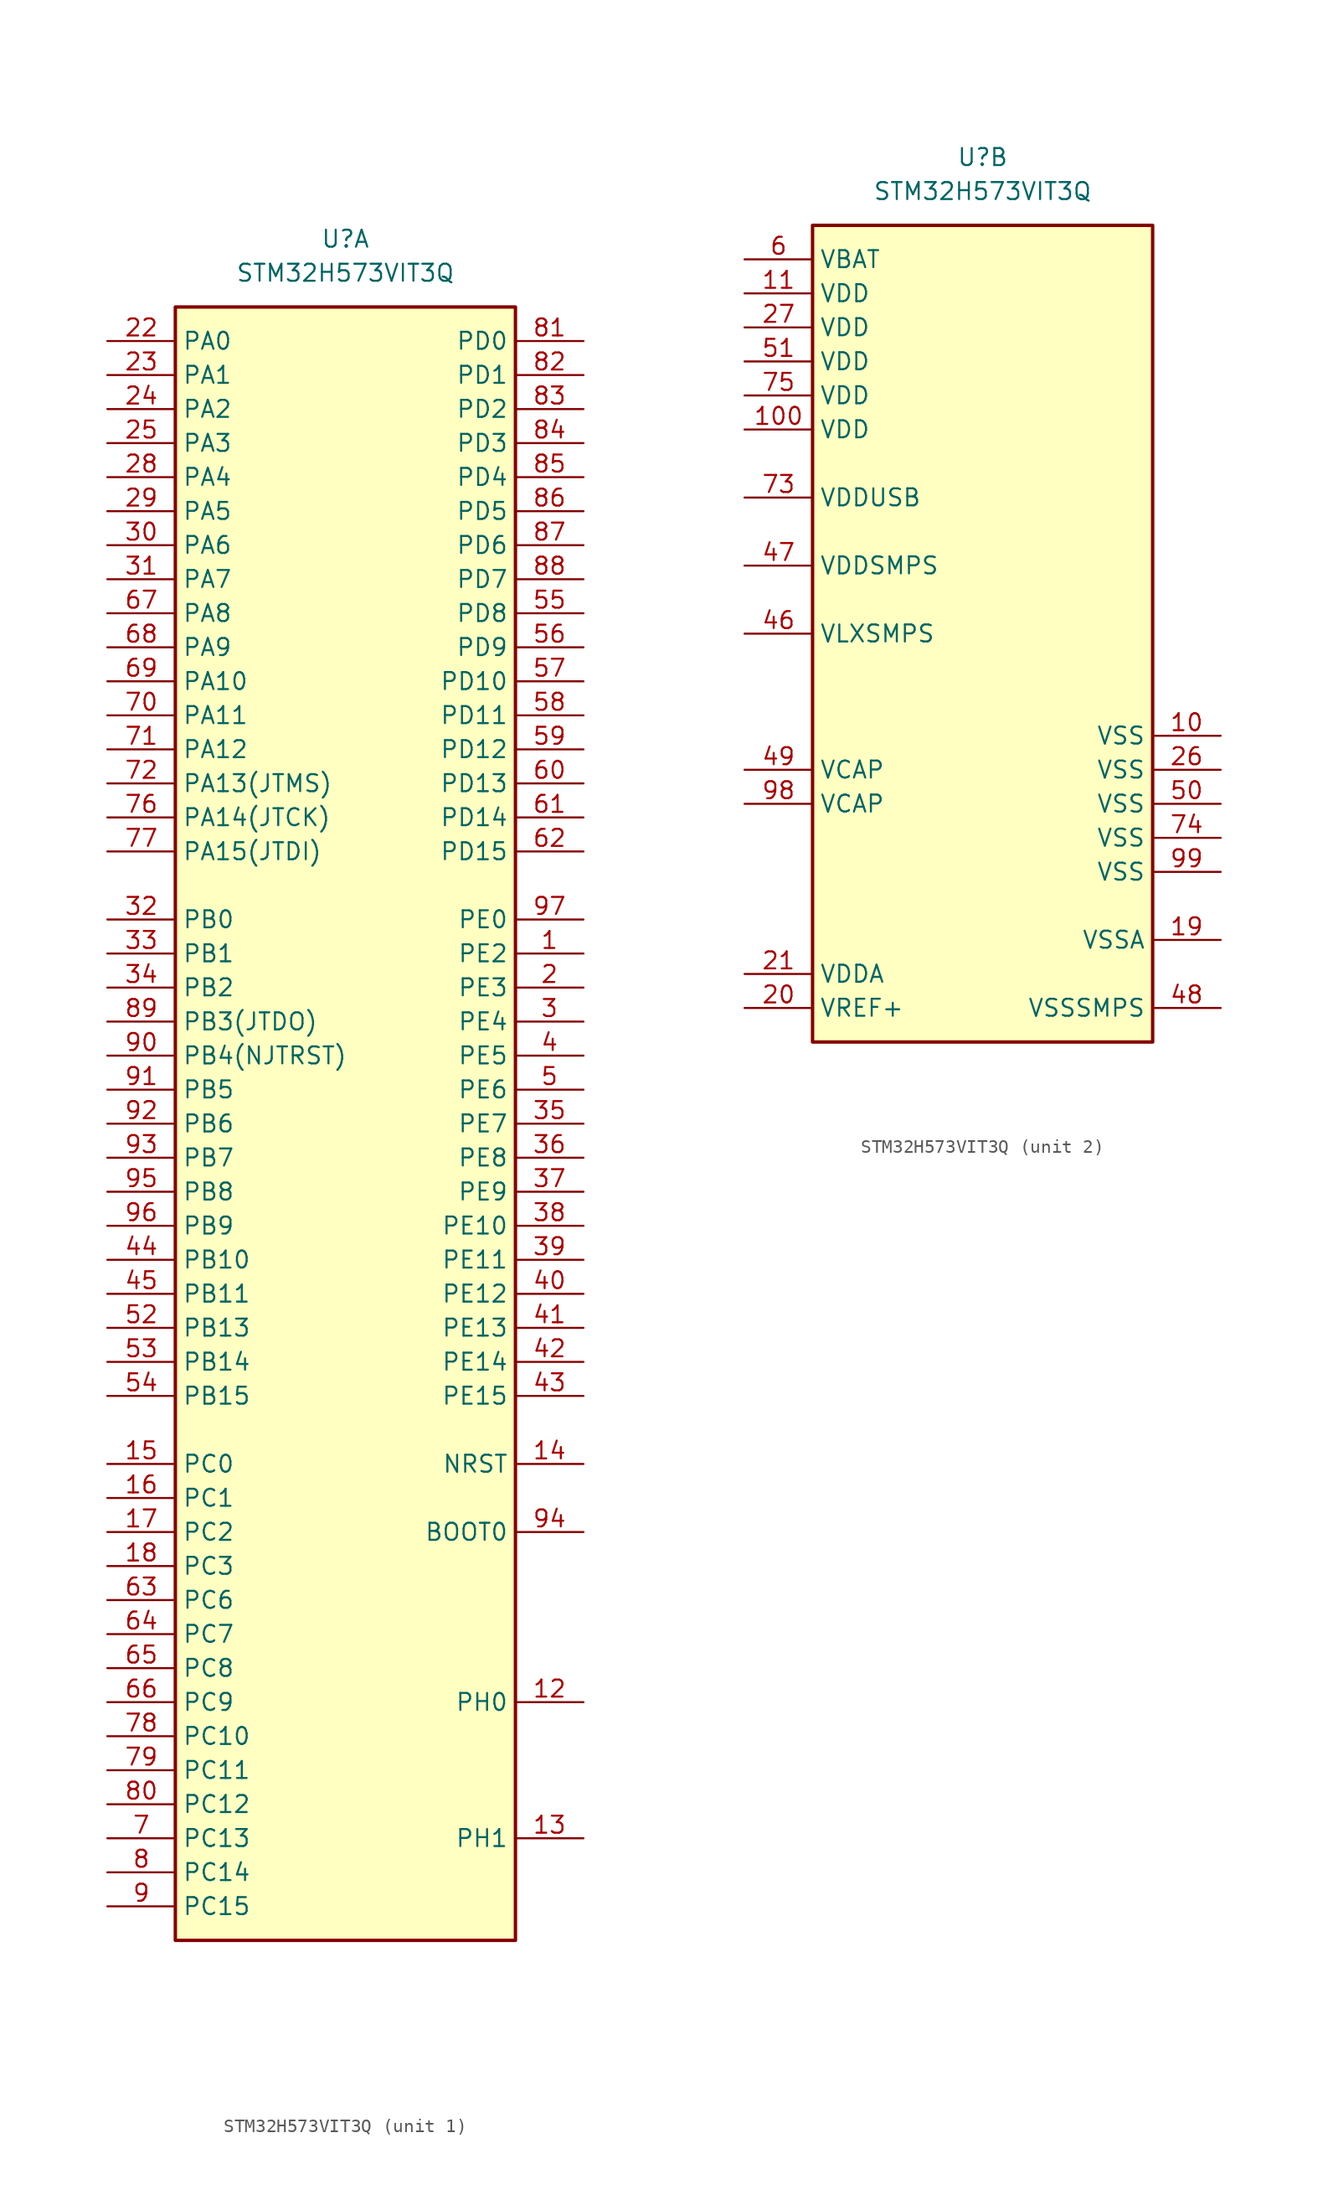
<source format=kicad_sym>
(kicad_symbol_lib
  (version 20231120)
  (generator "kicad_symbol_editor")
  (generator_version "8.0")
  (symbol "STM32H573VIT3Q"
    (property "Reference" "U"
      (at 0 5.08 0)
      (effects (font (size 1.27 1.27))))
    (property "Value" "STM32H573VIT3Q"
      (at 0 2.54 0)
      (effects (font (size 1.27 1.27))))
    (property "ki_locked" ""
      (at 0 0 0)
      (effects (font (size 1.27 1.27))))
    (symbol "STM32H573VIT3Q_1_1"
      (rectangle (start -12.7 0) (end 12.7 -121.92) (stroke (width 0.254) (type default)) (fill (type background)))
      (pin bidirectional line (at 17.78 -48.26 180) (length 5.08) (name "PE2" (effects (font (size 1.27 1.27)))) (number "1" (effects (font (size 1.27 1.27)))) (alternate "DCMI_D3" bidirectional line) (alternate "DEBUG_TRACECLK" bidirectional line) (alternate "FMC_A23" bidirectional line) (alternate "LPTIM1_IN2" bidirectional line) (alternate "OCTOSPI1_IO2" bidirectional line) (alternate "PSSI_D3" bidirectional line) (alternate "SAI1_CK1" bidirectional line) (alternate "SAI1_MCLK_A" bidirectional line) (alternate "SPI4_SCK" bidirectional line) (alternate "UART8_TX" bidirectional line) (alternate "USART10_RX" bidirectional line))
      (pin bidirectional line (at 17.78 -104.14 180) (length 5.08) (name "PH0" (effects (font (size 1.27 1.27)))) (number "12" (effects (font (size 1.27 1.27)))) (alternate "RCC_OSC_IN" bidirectional line))
      (pin bidirectional line (at 17.78 -114.3 180) (length 5.08) (name "PH1" (effects (font (size 1.27 1.27)))) (number "13" (effects (font (size 1.27 1.27)))) (alternate "RCC_OSC_OUT" bidirectional line))
      (pin input line (at 17.78 -86.36 180) (length 5.08) (name "NRST" (effects (font (size 1.27 1.27)))) (number "14" (effects (font (size 1.27 1.27)))))
      (pin bidirectional line (at -17.78 -86.36 0) (length 5.08) (name "PC0" (effects (font (size 1.27 1.27)))) (number "15" (effects (font (size 1.27 1.27)))) (alternate "ADC1_INP10" bidirectional line) (alternate "ADC2_INP10" bidirectional line) (alternate "FMC_A25" bidirectional line) (alternate "FMC_SDNWE" bidirectional line) (alternate "OCTOSPI1_IO7" bidirectional line) (alternate "SAI1_MCLK_A" bidirectional line) (alternate "SAI2_FS_B" bidirectional line) (alternate "SPI2_RDY" bidirectional line) (alternate "TIM16_BKIN" bidirectional line))
      (pin bidirectional line (at -17.78 -88.9 0) (length 5.08) (name "PC1" (effects (font (size 1.27 1.27)))) (number "16" (effects (font (size 1.27 1.27)))) (alternate "ADC1_INN10" bidirectional line) (alternate "ADC1_INP11" bidirectional line) (alternate "ADC2_INN10" bidirectional line) (alternate "ADC2_INP11" bidirectional line) (alternate "DEBUG_TRACED0" bidirectional line) (alternate "I2S2_SDO" bidirectional line) (alternate "OCTOSPI1_IO4" bidirectional line) (alternate "PWR_WKUP6" bidirectional line) (alternate "SAI1_D1" bidirectional line) (alternate "SAI1_SD_A" bidirectional line) (alternate "SAI2_SD_A" bidirectional line) (alternate "SPI2_MOSI" bidirectional line) (alternate "TAMP_IN3" bidirectional line) (alternate "TAMP_OUT5" bidirectional line) (alternate "USART11_RTS" bidirectional line))
      (pin bidirectional line (at -17.78 -91.44 0) (length 5.08) (name "PC2" (effects (font (size 1.27 1.27)))) (number "17" (effects (font (size 1.27 1.27)))) (alternate "ADC1_INN11" bidirectional line) (alternate "ADC1_INP12" bidirectional line) (alternate "ADC2_INN11" bidirectional line) (alternate "ADC2_INP12" bidirectional line) (alternate "FMC_SDNE0" bidirectional line) (alternate "I2S2_SDI" bidirectional line) (alternate "OCTOSPI1_IO2" bidirectional line) (alternate "OCTOSPI1_IO5" bidirectional line) (alternate "PWR_CSLEEP" bidirectional line) (alternate "SPI2_MISO" bidirectional line) (alternate "TIM17_CH1" bidirectional line) (alternate "TIM4_CH4" bidirectional line))
      (pin bidirectional line (at -17.78 -93.98 0) (length 5.08) (name "PC3" (effects (font (size 1.27 1.27)))) (number "18" (effects (font (size 1.27 1.27)))) (alternate "ADC1_INN12" bidirectional line) (alternate "ADC1_INP13" bidirectional line) (alternate "ADC2_INN12" bidirectional line) (alternate "ADC2_INP13" bidirectional line) (alternate "FMC_SDCKE0" bidirectional line) (alternate "I2S2_SDO" bidirectional line) (alternate "LPTIM3_CH1" bidirectional line) (alternate "OCTOSPI1_IO0" bidirectional line) (alternate "OCTOSPI1_IO6" bidirectional line) (alternate "PWR_CSTOP" bidirectional line) (alternate "SAI1_D3" bidirectional line) (alternate "SPI2_MOSI" bidirectional line))
      (pin bidirectional line (at 17.78 -50.8 180) (length 5.08) (name "PE3" (effects (font (size 1.27 1.27)))) (number "2" (effects (font (size 1.27 1.27)))) (alternate "DEBUG_TRACED0" bidirectional line) (alternate "FMC_A19" bidirectional line) (alternate "SAI1_SD_B" bidirectional line) (alternate "TAMP_IN6" bidirectional line) (alternate "TAMP_OUT3" bidirectional line) (alternate "TIM15_BKIN" bidirectional line) (alternate "USART10_TX" bidirectional line))
      (pin bidirectional line (at -17.78 -2.54 0) (length 5.08) (name "PA0" (effects (font (size 1.27 1.27)))) (number "22" (effects (font (size 1.27 1.27)))) (alternate "ADC1_INN1" bidirectional line) (alternate "ADC1_INP0" bidirectional line) (alternate "ADC2_INN1" bidirectional line) (alternate "ADC2_INP0" bidirectional line) (alternate "PWR_WKUP1" bidirectional line) (alternate "SAI2_SD_B" bidirectional line) (alternate "SPI3_RDY" bidirectional line) (alternate "SPI6_NSS" bidirectional line) (alternate "TAMP_IN2" bidirectional line) (alternate "TAMP_OUT1" bidirectional line) (alternate "TIM15_BKIN" bidirectional line) (alternate "TIM2_CH1" bidirectional line) (alternate "TIM2_ETR" bidirectional line) (alternate "TIM5_CH1" bidirectional line) (alternate "TIM8_ETR" bidirectional line) (alternate "UART4_TX" bidirectional line) (alternate "USART2_CTS" bidirectional line) (alternate "USART2_NSS" bidirectional line))
      (pin bidirectional line (at -17.78 -5.08 0) (length 5.08) (name "PA1" (effects (font (size 1.27 1.27)))) (number "23" (effects (font (size 1.27 1.27)))) (alternate "ADC1_INP1" bidirectional line) (alternate "ADC2_INP1" bidirectional line) (alternate "LPTIM1_IN1" bidirectional line) (alternate "OCTOSPI1_DQS" bidirectional line) (alternate "OCTOSPI1_IO3" bidirectional line) (alternate "SAI2_MCLK_B" bidirectional line) (alternate "TAMP_IN5" bidirectional line) (alternate "TAMP_OUT4" bidirectional line) (alternate "TIM15_CH1N" bidirectional line) (alternate "TIM2_CH2" bidirectional line) (alternate "TIM5_CH2" bidirectional line) (alternate "UART4_RX" bidirectional line) (alternate "USART2_RTS" bidirectional line))
      (pin bidirectional line (at -17.78 -7.62 0) (length 5.08) (name "PA2" (effects (font (size 1.27 1.27)))) (number "24" (effects (font (size 1.27 1.27)))) (alternate "ADC1_INP14" bidirectional line) (alternate "ADC2_INP14" bidirectional line) (alternate "LPTIM1_IN2" bidirectional line) (alternate "PWR_WKUP2" bidirectional line) (alternate "SAI2_SCK_B" bidirectional line) (alternate "TAMP_IN4" bidirectional line) (alternate "TAMP_OUT3" bidirectional line) (alternate "TIM15_CH1" bidirectional line) (alternate "TIM2_CH3" bidirectional line) (alternate "TIM5_CH3" bidirectional line) (alternate "USART2_TX" bidirectional line))
      (pin bidirectional line (at -17.78 -10.16 0) (length 5.08) (name "PA3" (effects (font (size 1.27 1.27)))) (number "25" (effects (font (size 1.27 1.27)))) (alternate "ADC1_INP15" bidirectional line) (alternate "ADC2_INP15" bidirectional line) (alternate "I2S2_WS" bidirectional line) (alternate "OCTOSPI1_CLK" bidirectional line) (alternate "SAI1_SD_B" bidirectional line) (alternate "SPI2_NSS" bidirectional line) (alternate "TIM15_CH2" bidirectional line) (alternate "TIM2_CH4" bidirectional line) (alternate "TIM5_CH4" bidirectional line) (alternate "USART2_RX" bidirectional line))
      (pin bidirectional line (at -17.78 -12.7 0) (length 5.08) (name "PA4" (effects (font (size 1.27 1.27)))) (number "28" (effects (font (size 1.27 1.27)))) (alternate "ADC1_INP18" bidirectional line) (alternate "ADC2_INP18" bidirectional line) (alternate "DAC1_OUT1" bidirectional line) (alternate "DCMI_HSYNC" bidirectional line) (alternate "I2S1_WS" bidirectional line) (alternate "I2S3_WS" bidirectional line) (alternate "LPTIM2_CH1" bidirectional line) (alternate "PSSI_DE" bidirectional line) (alternate "SPI1_NSS" bidirectional line) (alternate "SPI3_NSS" bidirectional line) (alternate "SPI6_NSS" bidirectional line) (alternate "TIM5_ETR" bidirectional line) (alternate "USART2_CK" bidirectional line))
      (pin bidirectional line (at -17.78 -15.24 0) (length 5.08) (name "PA5" (effects (font (size 1.27 1.27)))) (number "29" (effects (font (size 1.27 1.27)))) (alternate "ADC1_INN18" bidirectional line) (alternate "ADC1_INP19" bidirectional line) (alternate "ADC2_INN18" bidirectional line) (alternate "ADC2_INP19" bidirectional line) (alternate "DAC1_OUT2" bidirectional line) (alternate "I2S1_CK" bidirectional line) (alternate "PSSI_D14" bidirectional line) (alternate "SPI1_SCK" bidirectional line) (alternate "SPI6_SCK" bidirectional line) (alternate "TIM2_CH1" bidirectional line) (alternate "TIM2_ETR" bidirectional line) (alternate "TIM8_CH1N" bidirectional line))
      (pin bidirectional line (at 17.78 -53.34 180) (length 5.08) (name "PE4" (effects (font (size 1.27 1.27)))) (number "3" (effects (font (size 1.27 1.27)))) (alternate "DCMI_D4" bidirectional line) (alternate "DEBUG_TRACED1" bidirectional line) (alternate "FMC_A20" bidirectional line) (alternate "PSSI_D4" bidirectional line) (alternate "SAI1_D2" bidirectional line) (alternate "SAI1_FS_A" bidirectional line) (alternate "SPI4_NSS" bidirectional line) (alternate "TAMP_IN7" bidirectional line) (alternate "TAMP_OUT8" bidirectional line) (alternate "TIM15_CH1N" bidirectional line))
      (pin bidirectional line (at -17.78 -17.78 0) (length 5.08) (name "PA6" (effects (font (size 1.27 1.27)))) (number "30" (effects (font (size 1.27 1.27)))) (alternate "ADC1_INP3" bidirectional line) (alternate "ADC2_INP3" bidirectional line) (alternate "DCMI_PIXCLK" bidirectional line) (alternate "I2S1_SDI" bidirectional line) (alternate "OCTOSPI1_IO3" bidirectional line) (alternate "PSSI_PDCK" bidirectional line) (alternate "SPI1_MISO" bidirectional line) (alternate "SPI6_MISO" bidirectional line) (alternate "TIM13_CH1" bidirectional line) (alternate "TIM1_BKIN" bidirectional line) (alternate "TIM3_CH1" bidirectional line) (alternate "TIM8_BKIN" bidirectional line) (alternate "USART11_TX" bidirectional line))
      (pin bidirectional line (at -17.78 -20.32 0) (length 5.08) (name "PA7" (effects (font (size 1.27 1.27)))) (number "31" (effects (font (size 1.27 1.27)))) (alternate "ADC1_INN3" bidirectional line) (alternate "ADC1_INP7" bidirectional line) (alternate "ADC2_INN3" bidirectional line) (alternate "ADC2_INP7" bidirectional line) (alternate "FMC_NWE" bidirectional line) (alternate "FMC_SDNWE" bidirectional line) (alternate "I2S1_SDO" bidirectional line) (alternate "OCTOSPI1_IO2" bidirectional line) (alternate "SPI1_MOSI" bidirectional line) (alternate "SPI6_MOSI" bidirectional line) (alternate "TIM14_CH1" bidirectional line) (alternate "TIM1_CH1N" bidirectional line) (alternate "TIM3_CH2" bidirectional line) (alternate "TIM8_CH1N" bidirectional line) (alternate "USART11_RX" bidirectional line))
      (pin bidirectional line (at -17.78 -45.72 0) (length 5.08) (name "PB0" (effects (font (size 1.27 1.27)))) (number "32" (effects (font (size 1.27 1.27)))) (alternate "ADC1_INN5" bidirectional line) (alternate "ADC1_INP9" bidirectional line) (alternate "ADC2_INN5" bidirectional line) (alternate "ADC2_INP9" bidirectional line) (alternate "LPTIM3_CH1" bidirectional line) (alternate "OCTOSPI1_IO1" bidirectional line) (alternate "TIM1_CH2N" bidirectional line) (alternate "TIM3_CH3" bidirectional line) (alternate "TIM8_CH2N" bidirectional line) (alternate "UART4_CTS" bidirectional line) (alternate "USART11_CK" bidirectional line))
      (pin bidirectional line (at -17.78 -48.26 0) (length 5.08) (name "PB1" (effects (font (size 1.27 1.27)))) (number "33" (effects (font (size 1.27 1.27)))) (alternate "ADC1_INP5" bidirectional line) (alternate "ADC2_INP5" bidirectional line) (alternate "LPTIM3_CH2" bidirectional line) (alternate "OCTOSPI1_IO0" bidirectional line) (alternate "TIM1_CH3N" bidirectional line) (alternate "TIM3_CH4" bidirectional line) (alternate "TIM8_CH3N" bidirectional line))
      (pin bidirectional line (at -17.78 -50.8 0) (length 5.08) (name "PB2" (effects (font (size 1.27 1.27)))) (number "34" (effects (font (size 1.27 1.27)))) (alternate "I2S3_SDO" bidirectional line) (alternate "LPTIM1_CH1" bidirectional line) (alternate "LPTIM5_ETR" bidirectional line) (alternate "OCTOSPI1_CLK" bidirectional line) (alternate "OCTOSPI1_DQS" bidirectional line) (alternate "RCC_LSCO" bidirectional line) (alternate "RTC_OUT2" bidirectional line) (alternate "SAI1_D1" bidirectional line) (alternate "SAI1_SD_A" bidirectional line) (alternate "SDMMC1_CMD" bidirectional line) (alternate "SPI1_RDY" bidirectional line) (alternate "SPI3_MOSI" bidirectional line) (alternate "TIM8_CH4N" bidirectional line))
      (pin bidirectional line (at 17.78 -60.96 180) (length 5.08) (name "PE7" (effects (font (size 1.27 1.27)))) (number "35" (effects (font (size 1.27 1.27)))) (alternate "FMC_D4" bidirectional line) (alternate "FMC_DA4" bidirectional line) (alternate "OCTOSPI1_IO4" bidirectional line) (alternate "TIM1_ETR" bidirectional line) (alternate "UART12_RTS" bidirectional line) (alternate "UART7_RX" bidirectional line))
      (pin bidirectional line (at 17.78 -63.5 180) (length 5.08) (name "PE8" (effects (font (size 1.27 1.27)))) (number "36" (effects (font (size 1.27 1.27)))) (alternate "FMC_D5" bidirectional line) (alternate "FMC_DA5" bidirectional line) (alternate "OCTOSPI1_IO5" bidirectional line) (alternate "TIM1_CH1N" bidirectional line) (alternate "UART12_CTS" bidirectional line) (alternate "UART7_TX" bidirectional line))
      (pin bidirectional line (at 17.78 -66.04 180) (length 5.08) (name "PE9" (effects (font (size 1.27 1.27)))) (number "37" (effects (font (size 1.27 1.27)))) (alternate "DAC1_EXTI9" bidirectional line) (alternate "FMC_D6" bidirectional line) (alternate "FMC_DA6" bidirectional line) (alternate "OCTOSPI1_IO6" bidirectional line) (alternate "TIM1_CH1" bidirectional line) (alternate "UART12_RX" bidirectional line) (alternate "UART7_RTS" bidirectional line))
      (pin bidirectional line (at 17.78 -68.58 180) (length 5.08) (name "PE10" (effects (font (size 1.27 1.27)))) (number "38" (effects (font (size 1.27 1.27)))) (alternate "FMC_D7" bidirectional line) (alternate "FMC_DA7" bidirectional line) (alternate "OCTOSPI1_IO7" bidirectional line) (alternate "TIM1_CH2N" bidirectional line) (alternate "UART12_TX" bidirectional line) (alternate "UART7_CTS" bidirectional line))
      (pin bidirectional line (at 17.78 -71.12 180) (length 5.08) (name "PE11" (effects (font (size 1.27 1.27)))) (number "39" (effects (font (size 1.27 1.27)))) (alternate "ADC1_EXTI11" bidirectional line) (alternate "ADC2_EXTI11" bidirectional line) (alternate "FMC_D8" bidirectional line) (alternate "FMC_DA8" bidirectional line) (alternate "OCTOSPI1_NCS" bidirectional line) (alternate "SAI2_SD_B" bidirectional line) (alternate "SPI1_RDY" bidirectional line) (alternate "SPI4_NSS" bidirectional line) (alternate "TIM1_CH2" bidirectional line))
      (pin bidirectional line (at 17.78 -55.88 180) (length 5.08) (name "PE5" (effects (font (size 1.27 1.27)))) (number "4" (effects (font (size 1.27 1.27)))) (alternate "DCMI_D6" bidirectional line) (alternate "DEBUG_TRACED2" bidirectional line) (alternate "FMC_A21" bidirectional line) (alternate "PSSI_D6" bidirectional line) (alternate "SAI1_CK2" bidirectional line) (alternate "SAI1_SCK_A" bidirectional line) (alternate "SPI4_MISO" bidirectional line) (alternate "TAMP_IN8" bidirectional line) (alternate "TAMP_OUT7" bidirectional line) (alternate "TIM15_CH1" bidirectional line))
      (pin bidirectional line (at 17.78 -73.66 180) (length 5.08) (name "PE12" (effects (font (size 1.27 1.27)))) (number "40" (effects (font (size 1.27 1.27)))) (alternate "FMC_D9" bidirectional line) (alternate "FMC_DA9" bidirectional line) (alternate "SAI2_SCK_B" bidirectional line) (alternate "SPI4_SCK" bidirectional line) (alternate "TIM1_CH3N" bidirectional line))
      (pin bidirectional line (at 17.78 -76.2 180) (length 5.08) (name "PE13" (effects (font (size 1.27 1.27)))) (number "41" (effects (font (size 1.27 1.27)))) (alternate "FMC_D10" bidirectional line) (alternate "FMC_DA10" bidirectional line) (alternate "SAI2_FS_B" bidirectional line) (alternate "SPI4_MISO" bidirectional line) (alternate "TIM1_CH3" bidirectional line))
      (pin bidirectional line (at 17.78 -78.74 180) (length 5.08) (name "PE14" (effects (font (size 1.27 1.27)))) (number "42" (effects (font (size 1.27 1.27)))) (alternate "FMC_D11" bidirectional line) (alternate "FMC_DA11" bidirectional line) (alternate "SAI2_MCLK_B" bidirectional line) (alternate "SPI4_MOSI" bidirectional line) (alternate "TIM1_CH4" bidirectional line))
      (pin bidirectional line (at 17.78 -81.28 180) (length 5.08) (name "PE15" (effects (font (size 1.27 1.27)))) (number "43" (effects (font (size 1.27 1.27)))) (alternate "ADC1_EXTI15" bidirectional line) (alternate "ADC2_EXTI15" bidirectional line) (alternate "FMC_D12" bidirectional line) (alternate "FMC_DA12" bidirectional line) (alternate "TIM1_BKIN" bidirectional line) (alternate "TIM1_CH4N" bidirectional line) (alternate "USART10_CK" bidirectional line))
      (pin bidirectional line (at -17.78 -71.12 0) (length 5.08) (name "PB10" (effects (font (size 1.27 1.27)))) (number "44" (effects (font (size 1.27 1.27)))) (alternate "I2C2_SCL" bidirectional line) (alternate "I2S2_CK" bidirectional line) (alternate "LPTIM2_IN1" bidirectional line) (alternate "LPTIM3_CH1" bidirectional line) (alternate "OCTOSPI1_NCS" bidirectional line) (alternate "SPI2_SCK" bidirectional line) (alternate "TIM2_CH3" bidirectional line) (alternate "USART3_TX" bidirectional line))
      (pin bidirectional line (at -17.78 -73.66 0) (length 5.08) (name "PB11" (effects (font (size 1.27 1.27)))) (number "45" (effects (font (size 1.27 1.27)))) (alternate "ADC1_EXTI11" bidirectional line) (alternate "ADC2_EXTI11" bidirectional line) (alternate "FMC_NBL1" bidirectional line) (alternate "I2C2_SDA" bidirectional line) (alternate "LPTIM2_ETR" bidirectional line) (alternate "SPI2_RDY" bidirectional line) (alternate "SPI4_RDY" bidirectional line) (alternate "TIM2_CH4" bidirectional line) (alternate "USART3_RX" bidirectional line))
      (pin bidirectional line (at 17.78 -58.42 180) (length 5.08) (name "PE6" (effects (font (size 1.27 1.27)))) (number "5" (effects (font (size 1.27 1.27)))) (alternate "DCMI_D7" bidirectional line) (alternate "DEBUG_TRACED3" bidirectional line) (alternate "FMC_A22" bidirectional line) (alternate "PSSI_D7" bidirectional line) (alternate "SAI1_D1" bidirectional line) (alternate "SAI1_SD_A" bidirectional line) (alternate "SAI2_MCLK_B" bidirectional line) (alternate "SPI4_MOSI" bidirectional line) (alternate "TAMP_IN3" bidirectional line) (alternate "TAMP_OUT6" bidirectional line) (alternate "TIM15_CH2" bidirectional line) (alternate "TIM1_BKIN2" bidirectional line))
      (pin bidirectional line (at -17.78 -76.2 0) (length 5.08) (name "PB13" (effects (font (size 1.27 1.27)))) (number "52" (effects (font (size 1.27 1.27)))) (alternate "FDCAN2_TX" bidirectional line) (alternate "I2C2_SMBA" bidirectional line) (alternate "I2S2_CK" bidirectional line) (alternate "LPTIM2_CH1" bidirectional line) (alternate "LPTIM3_IN1" bidirectional line) (alternate "SDMMC1_D0" bidirectional line) (alternate "SPI2_SCK" bidirectional line) (alternate "TIM1_CH1N" bidirectional line) (alternate "UART5_TX" bidirectional line) (alternate "UCPD1_CC1" bidirectional line) (alternate "USART3_CTS" bidirectional line) (alternate "USART3_NSS" bidirectional line))
      (pin bidirectional line (at -17.78 -78.74 0) (length 5.08) (name "PB14" (effects (font (size 1.27 1.27)))) (number "53" (effects (font (size 1.27 1.27)))) (alternate "I2S2_SDI" bidirectional line) (alternate "LPTIM3_ETR" bidirectional line) (alternate "SPI2_MISO" bidirectional line) (alternate "TIM12_CH1" bidirectional line) (alternate "TIM1_CH2N" bidirectional line) (alternate "TIM8_CH2N" bidirectional line) (alternate "UART4_DE" bidirectional line) (alternate "UART4_RTS" bidirectional line) (alternate "UCPD1_CC2" bidirectional line) (alternate "USART1_TX" bidirectional line) (alternate "USART3_RTS" bidirectional line))
      (pin bidirectional line (at -17.78 -81.28 0) (length 5.08) (name "PB15" (effects (font (size 1.27 1.27)))) (number "54" (effects (font (size 1.27 1.27)))) (alternate "ADC1_EXTI15" bidirectional line) (alternate "ADC2_EXTI15" bidirectional line) (alternate "DCMI_D2" bidirectional line) (alternate "I2S2_SDO" bidirectional line) (alternate "OCTOSPI1_CLK" bidirectional line) (alternate "PSSI_D2" bidirectional line) (alternate "PWR_PVD_IN" bidirectional line) (alternate "RTC_REFIN" bidirectional line) (alternate "SPI2_MOSI" bidirectional line) (alternate "TIM12_CH2" bidirectional line) (alternate "TIM1_CH3N" bidirectional line) (alternate "TIM8_CH3N" bidirectional line) (alternate "UART4_CTS" bidirectional line) (alternate "UART5_RX" bidirectional line) (alternate "USART11_CTS" bidirectional line) (alternate "USART11_NSS" bidirectional line) (alternate "USART1_RX" bidirectional line))
      (pin bidirectional line (at 17.78 -22.86 180) (length 5.08) (name "PD8" (effects (font (size 1.27 1.27)))) (number "55" (effects (font (size 1.27 1.27)))) (alternate "FMC_D13" bidirectional line) (alternate "FMC_DA13" bidirectional line) (alternate "USART3_TX" bidirectional line))
      (pin bidirectional line (at 17.78 -25.4 180) (length 5.08) (name "PD9" (effects (font (size 1.27 1.27)))) (number "56" (effects (font (size 1.27 1.27)))) (alternate "DAC1_EXTI9" bidirectional line) (alternate "FDCAN2_RX" bidirectional line) (alternate "FMC_D14" bidirectional line) (alternate "FMC_DA14" bidirectional line) (alternate "USART3_RX" bidirectional line))
      (pin bidirectional line (at 17.78 -27.94 180) (length 5.08) (name "PD10" (effects (font (size 1.27 1.27)))) (number "57" (effects (font (size 1.27 1.27)))) (alternate "FMC_D15" bidirectional line) (alternate "FMC_DA15" bidirectional line) (alternate "LPTIM2_CH2" bidirectional line) (alternate "USART3_CK" bidirectional line))
      (pin bidirectional line (at 17.78 -30.48 180) (length 5.08) (name "PD11" (effects (font (size 1.27 1.27)))) (number "58" (effects (font (size 1.27 1.27)))) (alternate "ADC1_EXTI11" bidirectional line) (alternate "ADC2_EXTI11" bidirectional line) (alternate "FMC_A16" bidirectional line) (alternate "FMC_CLE" bidirectional line) (alternate "I2C4_SMBA" bidirectional line) (alternate "LPTIM2_IN2" bidirectional line) (alternate "OCTOSPI1_IO0" bidirectional line) (alternate "SAI1_CK1" bidirectional line) (alternate "SAI2_SD_A" bidirectional line) (alternate "UART4_RX" bidirectional line) (alternate "USART3_CTS" bidirectional line) (alternate "USART3_NSS" bidirectional line))
      (pin bidirectional line (at 17.78 -33.02 180) (length 5.08) (name "PD12" (effects (font (size 1.27 1.27)))) (number "59" (effects (font (size 1.27 1.27)))) (alternate "DCMI_D12" bidirectional line) (alternate "FMC_A17" bidirectional line) (alternate "FMC_ALE" bidirectional line) (alternate "I2C4_SCL" bidirectional line) (alternate "I3C1_SCL" bidirectional line) (alternate "LPTIM1_IN1" bidirectional line) (alternate "LPTIM2_IN1" bidirectional line) (alternate "OCTOSPI1_IO1" bidirectional line) (alternate "PSSI_D12" bidirectional line) (alternate "SAI1_D1" bidirectional line) (alternate "SAI2_FS_A" bidirectional line) (alternate "TIM4_CH1" bidirectional line) (alternate "UART4_TX" bidirectional line) (alternate "USART3_RTS" bidirectional line))
      (pin bidirectional line (at 17.78 -35.56 180) (length 5.08) (name "PD13" (effects (font (size 1.27 1.27)))) (number "60" (effects (font (size 1.27 1.27)))) (alternate "DCMI_D13" bidirectional line) (alternate "FMC_A18" bidirectional line) (alternate "I2C4_SDA" bidirectional line) (alternate "I3C1_SDA" bidirectional line) (alternate "LPTIM1_CH1" bidirectional line) (alternate "LPTIM2_CH1" bidirectional line) (alternate "LPTIM4_IN1" bidirectional line) (alternate "OCTOSPI1_IO3" bidirectional line) (alternate "PSSI_D13" bidirectional line) (alternate "SAI2_SCK_A" bidirectional line) (alternate "TIM4_CH2" bidirectional line) (alternate "UART9_RTS" bidirectional line))
      (pin bidirectional line (at 17.78 -38.1 180) (length 5.08) (name "PD14" (effects (font (size 1.27 1.27)))) (number "61" (effects (font (size 1.27 1.27)))) (alternate "FMC_D0" bidirectional line) (alternate "FMC_DA0" bidirectional line) (alternate "TIM4_CH3" bidirectional line) (alternate "UART8_CTS" bidirectional line) (alternate "UART9_RX" bidirectional line))
      (pin bidirectional line (at 17.78 -40.64 180) (length 5.08) (name "PD15" (effects (font (size 1.27 1.27)))) (number "62" (effects (font (size 1.27 1.27)))) (alternate "ADC1_EXTI15" bidirectional line) (alternate "ADC2_EXTI15" bidirectional line) (alternate "FMC_D1" bidirectional line) (alternate "FMC_DA1" bidirectional line) (alternate "TIM4_CH4" bidirectional line) (alternate "UART8_RTS" bidirectional line) (alternate "UART9_TX" bidirectional line))
      (pin bidirectional line (at -17.78 -96.52 0) (length 5.08) (name "PC6" (effects (font (size 1.27 1.27)))) (number "63" (effects (font (size 1.27 1.27)))) (alternate "DCMI_D0" bidirectional line) (alternate "FMC_NWAIT" bidirectional line) (alternate "I2S2_MCK" bidirectional line) (alternate "OCTOSPI1_IO5" bidirectional line) (alternate "PSSI_D0" bidirectional line) (alternate "SAI1_SCK_A" bidirectional line) (alternate "SDMMC1_D0DIR" bidirectional line) (alternate "SDMMC1_D6" bidirectional line) (alternate "TIM3_CH1" bidirectional line) (alternate "TIM8_CH1" bidirectional line) (alternate "USART6_TX" bidirectional line))
      (pin bidirectional line (at -17.78 -99.06 0) (length 5.08) (name "PC7" (effects (font (size 1.27 1.27)))) (number "64" (effects (font (size 1.27 1.27)))) (alternate "DCMI_D1" bidirectional line) (alternate "DEBUG_TRGIO" bidirectional line) (alternate "FMC_NE1" bidirectional line) (alternate "I2S3_MCK" bidirectional line) (alternate "OCTOSPI1_IO6" bidirectional line) (alternate "PSSI_D1" bidirectional line) (alternate "SDMMC1_D123DIR" bidirectional line) (alternate "SDMMC1_D7" bidirectional line) (alternate "TIM3_CH2" bidirectional line) (alternate "TIM8_CH2" bidirectional line) (alternate "USART6_RX" bidirectional line))
      (pin bidirectional line (at -17.78 -101.6 0) (length 5.08) (name "PC8" (effects (font (size 1.27 1.27)))) (number "65" (effects (font (size 1.27 1.27)))) (alternate "DCMI_D2" bidirectional line) (alternate "DEBUG_TRACED1" bidirectional line) (alternate "FMC_ALE" bidirectional line) (alternate "FMC_INT" bidirectional line) (alternate "FMC_NCE" bidirectional line) (alternate "FMC_NE2" bidirectional line) (alternate "PSSI_D2" bidirectional line) (alternate "SDMMC1_D0" bidirectional line) (alternate "TIM3_CH3" bidirectional line) (alternate "TIM8_CH3" bidirectional line) (alternate "UART5_DE" bidirectional line) (alternate "UART5_RTS" bidirectional line) (alternate "USART6_CK" bidirectional line))
      (pin bidirectional line (at -17.78 -104.14 0) (length 5.08) (name "PC9" (effects (font (size 1.27 1.27)))) (number "66" (effects (font (size 1.27 1.27)))) (alternate "AUDIOCLK" bidirectional line) (alternate "DAC1_EXTI9" bidirectional line) (alternate "DCMI_D3" bidirectional line) (alternate "FMC_CLE" bidirectional line) (alternate "I2C3_SDA" bidirectional line) (alternate "OCTOSPI1_IO0" bidirectional line) (alternate "PSSI_D3" bidirectional line) (alternate "RCC_MCO_2" bidirectional line) (alternate "SDMMC1_D1" bidirectional line) (alternate "TIM3_CH4" bidirectional line) (alternate "TIM8_CH4" bidirectional line) (alternate "UART5_CTS" bidirectional line) (alternate "UCPD1_DB2" bidirectional line))
      (pin bidirectional line (at -17.78 -22.86 0) (length 5.08) (name "PA8" (effects (font (size 1.27 1.27)))) (number "67" (effects (font (size 1.27 1.27)))) (alternate "DCMI_D3" bidirectional line) (alternate "FMC_NOE" bidirectional line) (alternate "I2C3_SCL" bidirectional line) (alternate "PSSI_D3" bidirectional line) (alternate "RCC_MCO_1" bidirectional line) (alternate "SPI1_RDY" bidirectional line) (alternate "TIM1_CH1" bidirectional line) (alternate "TIM8_BKIN2" bidirectional line) (alternate "UART7_RX" bidirectional line) (alternate "USART1_CK" bidirectional line) (alternate "USB_SOF" bidirectional line))
      (pin bidirectional line (at -17.78 -25.4 0) (length 5.08) (name "PA9" (effects (font (size 1.27 1.27)))) (number "68" (effects (font (size 1.27 1.27)))) (alternate "DAC1_EXTI9" bidirectional line) (alternate "DCMI_D0" bidirectional line) (alternate "FMC_NWE" bidirectional line) (alternate "I2C3_SMBA" bidirectional line) (alternate "I2S2_CK" bidirectional line) (alternate "LPUART1_TX" bidirectional line) (alternate "PSSI_D0" bidirectional line) (alternate "SPI2_SCK" bidirectional line) (alternate "TIM1_CH2" bidirectional line) (alternate "UCPD1_DB1" bidirectional line) (alternate "USART1_TX" bidirectional line))
      (pin bidirectional line (at -17.78 -27.94 0) (length 5.08) (name "PA10" (effects (font (size 1.27 1.27)))) (number "69" (effects (font (size 1.27 1.27)))) (alternate "DCMI_D1" bidirectional line) (alternate "FDCAN2_TX" bidirectional line) (alternate "LPTIM2_IN2" bidirectional line) (alternate "LPUART1_RX" bidirectional line) (alternate "PSSI_D1" bidirectional line) (alternate "SDMMC1_D0" bidirectional line) (alternate "TIM1_CH3" bidirectional line) (alternate "UCPD1_FRSTX" bidirectional line) (alternate "USART1_RX" bidirectional line))
      (pin bidirectional line (at -17.78 -114.3 0) (length 5.08) (name "PC13" (effects (font (size 1.27 1.27)))) (number "7" (effects (font (size 1.27 1.27)))) (alternate "PWR_WKUP4" bidirectional line) (alternate "RTC_OUT1" bidirectional line) (alternate "RTC_TS" bidirectional line) (alternate "TAMP_IN1" bidirectional line) (alternate "TAMP_OUT2" bidirectional line) (alternate "TAMP_OUT3" bidirectional line))
      (pin bidirectional line (at -17.78 -30.48 0) (length 5.08) (name "PA11" (effects (font (size 1.27 1.27)))) (number "70" (effects (font (size 1.27 1.27)))) (alternate "ADC1_EXTI11" bidirectional line) (alternate "ADC2_EXTI11" bidirectional line) (alternate "FDCAN1_RX" bidirectional line) (alternate "I2S2_WS" bidirectional line) (alternate "LPUART1_CTS" bidirectional line) (alternate "SPI2_NSS" bidirectional line) (alternate "TIM1_CH4" bidirectional line) (alternate "UART4_RX" bidirectional line) (alternate "USART1_CTS" bidirectional line) (alternate "USART1_NSS" bidirectional line) (alternate "USB_DM" bidirectional line))
      (pin bidirectional line (at -17.78 -33.02 0) (length 5.08) (name "PA12" (effects (font (size 1.27 1.27)))) (number "71" (effects (font (size 1.27 1.27)))) (alternate "FDCAN1_TX" bidirectional line) (alternate "I2S2_CK" bidirectional line) (alternate "LPUART1_RTS" bidirectional line) (alternate "SAI2_FS_B" bidirectional line) (alternate "SPI2_SCK" bidirectional line) (alternate "TIM1_ETR" bidirectional line) (alternate "UART4_TX" bidirectional line) (alternate "USART1_RTS" bidirectional line) (alternate "USB_DP" bidirectional line))
      (pin bidirectional line (at -17.78 -35.56 0) (length 5.08) (name "PA13(JTMS)" (effects (font (size 1.27 1.27)))) (number "72" (effects (font (size 1.27 1.27)))) (alternate "DEBUG_JTMS-SWDIO" bidirectional line))
      (pin bidirectional line (at -17.78 -38.1 0) (length 5.08) (name "PA14(JTCK)" (effects (font (size 1.27 1.27)))) (number "76" (effects (font (size 1.27 1.27)))) (alternate "DEBUG_JTCK-SWCLK" bidirectional line))
      (pin bidirectional line (at -17.78 -40.64 0) (length 5.08) (name "PA15(JTDI)" (effects (font (size 1.27 1.27)))) (number "77" (effects (font (size 1.27 1.27)))) (alternate "ADC1_EXTI15" bidirectional line) (alternate "ADC2_EXTI15" bidirectional line) (alternate "CEC" bidirectional line) (alternate "DCMI_D11" bidirectional line) (alternate "DEBUG_JTDI" bidirectional line) (alternate "FMC_NBL1" bidirectional line) (alternate "I2S1_WS" bidirectional line) (alternate "I2S3_WS" bidirectional line) (alternate "LPTIM3_IN2" bidirectional line) (alternate "PSSI_D11" bidirectional line) (alternate "SPI1_NSS" bidirectional line) (alternate "SPI3_NSS" bidirectional line) (alternate "SPI6_NSS" bidirectional line) (alternate "TIM2_CH1" bidirectional line) (alternate "TIM2_ETR" bidirectional line) (alternate "UART4_DE" bidirectional line) (alternate "UART4_RTS" bidirectional line) (alternate "UART7_TX" bidirectional line))
      (pin bidirectional line (at -17.78 -106.68 0) (length 5.08) (name "PC10" (effects (font (size 1.27 1.27)))) (number "78" (effects (font (size 1.27 1.27)))) (alternate "DCMI_D8" bidirectional line) (alternate "I2S3_CK" bidirectional line) (alternate "LPTIM3_ETR" bidirectional line) (alternate "OCTOSPI1_IO1" bidirectional line) (alternate "PSSI_D8" bidirectional line) (alternate "SDMMC1_D2" bidirectional line) (alternate "SPI3_SCK" bidirectional line) (alternate "UART4_TX" bidirectional line) (alternate "USART3_TX" bidirectional line))
      (pin bidirectional line (at -17.78 -109.22 0) (length 5.08) (name "PC11" (effects (font (size 1.27 1.27)))) (number "79" (effects (font (size 1.27 1.27)))) (alternate "ADC1_EXTI11" bidirectional line) (alternate "ADC2_EXTI11" bidirectional line) (alternate "DCMI_D4" bidirectional line) (alternate "I2S3_SDI" bidirectional line) (alternate "LPTIM3_IN1" bidirectional line) (alternate "OCTOSPI1_NCS" bidirectional line) (alternate "PSSI_D4" bidirectional line) (alternate "SDMMC1_D3" bidirectional line) (alternate "SPI3_MISO" bidirectional line) (alternate "UART4_RX" bidirectional line) (alternate "USART3_RX" bidirectional line))
      (pin bidirectional line (at -17.78 -116.84 0) (length 5.08) (name "PC14" (effects (font (size 1.27 1.27)))) (number "8" (effects (font (size 1.27 1.27)))) (alternate "RCC_OSC32_IN" bidirectional line))
      (pin bidirectional line (at -17.78 -111.76 0) (length 5.08) (name "PC12" (effects (font (size 1.27 1.27)))) (number "80" (effects (font (size 1.27 1.27)))) (alternate "DCMI_D9" bidirectional line) (alternate "DEBUG_TRACED3" bidirectional line) (alternate "I2S3_SDO" bidirectional line) (alternate "PSSI_D9" bidirectional line) (alternate "SDMMC1_CK" bidirectional line) (alternate "SPI3_MOSI" bidirectional line) (alternate "SPI6_SCK" bidirectional line) (alternate "TIM15_CH1" bidirectional line) (alternate "UART5_TX" bidirectional line) (alternate "USART3_CK" bidirectional line))
      (pin bidirectional line (at 17.78 -2.54 180) (length 5.08) (name "PD0" (effects (font (size 1.27 1.27)))) (number "81" (effects (font (size 1.27 1.27)))) (alternate "FDCAN1_RX" bidirectional line) (alternate "FMC_D2" bidirectional line) (alternate "FMC_DA2" bidirectional line) (alternate "TIM8_CH4N" bidirectional line) (alternate "UART4_RX" bidirectional line) (alternate "UART9_CTS" bidirectional line))
      (pin bidirectional line (at 17.78 -5.08 180) (length 5.08) (name "PD1" (effects (font (size 1.27 1.27)))) (number "82" (effects (font (size 1.27 1.27)))) (alternate "FDCAN1_TX" bidirectional line) (alternate "FMC_D3" bidirectional line) (alternate "FMC_DA3" bidirectional line) (alternate "UART4_TX" bidirectional line))
      (pin bidirectional line (at 17.78 -7.62 180) (length 5.08) (name "PD2" (effects (font (size 1.27 1.27)))) (number "83" (effects (font (size 1.27 1.27)))) (alternate "DCMI_D11" bidirectional line) (alternate "DEBUG_TRACED2" bidirectional line) (alternate "LPTIM4_ETR" bidirectional line) (alternate "PSSI_D11" bidirectional line) (alternate "PWR_WKUP7" bidirectional line) (alternate "SDMMC1_CMD" bidirectional line) (alternate "TIM15_BKIN" bidirectional line) (alternate "TIM3_ETR" bidirectional line) (alternate "UART5_RX" bidirectional line))
      (pin bidirectional line (at 17.78 -10.16 180) (length 5.08) (name "PD3" (effects (font (size 1.27 1.27)))) (number "84" (effects (font (size 1.27 1.27)))) (alternate "DCMI_D5" bidirectional line) (alternate "FMC_CLK" bidirectional line) (alternate "I2S2_CK" bidirectional line) (alternate "PSSI_D5" bidirectional line) (alternate "PWR_WKUP8" bidirectional line) (alternate "SPI2_SCK" bidirectional line) (alternate "USART2_CTS" bidirectional line) (alternate "USART2_NSS" bidirectional line))
      (pin bidirectional line (at 17.78 -12.7 180) (length 5.08) (name "PD4" (effects (font (size 1.27 1.27)))) (number "85" (effects (font (size 1.27 1.27)))) (alternate "FMC_NOE" bidirectional line) (alternate "OCTOSPI1_IO4" bidirectional line) (alternate "USART2_RTS" bidirectional line))
      (pin bidirectional line (at 17.78 -15.24 180) (length 5.08) (name "PD5" (effects (font (size 1.27 1.27)))) (number "86" (effects (font (size 1.27 1.27)))) (alternate "FDCAN1_TX" bidirectional line) (alternate "FMC_NWE" bidirectional line) (alternate "OCTOSPI1_IO5" bidirectional line) (alternate "SPI2_RDY" bidirectional line) (alternate "TIM1_CH4N" bidirectional line) (alternate "USART2_TX" bidirectional line))
      (pin bidirectional line (at 17.78 -17.78 180) (length 5.08) (name "PD6" (effects (font (size 1.27 1.27)))) (number "87" (effects (font (size 1.27 1.27)))) (alternate "DCMI_D10" bidirectional line) (alternate "FMC_NWAIT" bidirectional line) (alternate "I2S3_SDO" bidirectional line) (alternate "OCTOSPI1_IO6" bidirectional line) (alternate "PSSI_D10" bidirectional line) (alternate "SAI1_D1" bidirectional line) (alternate "SAI1_SD_A" bidirectional line) (alternate "SPI3_MOSI" bidirectional line) (alternate "USART2_RX" bidirectional line))
      (pin bidirectional line (at 17.78 -20.32 180) (length 5.08) (name "PD7" (effects (font (size 1.27 1.27)))) (number "88" (effects (font (size 1.27 1.27)))) (alternate "FMC_NCE" bidirectional line) (alternate "FMC_NE1" bidirectional line) (alternate "I2S1_SDO" bidirectional line) (alternate "LPTIM4_OUT" bidirectional line) (alternate "OCTOSPI1_IO7" bidirectional line) (alternate "SPI1_MOSI" bidirectional line) (alternate "USART2_CK" bidirectional line))
      (pin bidirectional line (at -17.78 -53.34 0) (length 5.08) (name "PB3(JTDO)" (effects (font (size 1.27 1.27)))) (number "89" (effects (font (size 1.27 1.27)))) (alternate "CRS_SYNC" bidirectional line) (alternate "DEBUG_JTDO-SWO" bidirectional line) (alternate "I2C2_SDA" bidirectional line) (alternate "I2S1_CK" bidirectional line) (alternate "I2S3_CK" bidirectional line) (alternate "LPTIM6_ETR" bidirectional line) (alternate "SPI1_SCK" bidirectional line) (alternate "SPI3_SCK" bidirectional line) (alternate "SPI6_SCK" bidirectional line) (alternate "TIM2_CH2" bidirectional line) (alternate "UART12_CTS" bidirectional line) (alternate "UART7_RX" bidirectional line))
      (pin bidirectional line (at -17.78 -119.38 0) (length 5.08) (name "PC15" (effects (font (size 1.27 1.27)))) (number "9" (effects (font (size 1.27 1.27)))) (alternate "ADC1_EXTI15" bidirectional line) (alternate "ADC2_EXTI15" bidirectional line) (alternate "RCC_OSC32_OUT" bidirectional line))
      (pin bidirectional line (at -17.78 -55.88 0) (length 5.08) (name "PB4(NJTRST)" (effects (font (size 1.27 1.27)))) (number "90" (effects (font (size 1.27 1.27)))) (alternate "DCMI_D7" bidirectional line) (alternate "DEBUG_JTRST" bidirectional line) (alternate "I2S1_SDI" bidirectional line) (alternate "I2S2_WS" bidirectional line) (alternate "I2S3_SDI" bidirectional line) (alternate "LPTIM1_CH2" bidirectional line) (alternate "OCTOSPI1_CLK" bidirectional line) (alternate "PSSI_D7" bidirectional line) (alternate "SPI1_MISO" bidirectional line) (alternate "SPI2_NSS" bidirectional line) (alternate "SPI3_MISO" bidirectional line) (alternate "SPI6_MISO" bidirectional line) (alternate "TIM16_BKIN" bidirectional line) (alternate "TIM3_CH1" bidirectional line) (alternate "UART7_TX" bidirectional line))
      (pin bidirectional line (at -17.78 -58.42 0) (length 5.08) (name "PB5" (effects (font (size 1.27 1.27)))) (number "91" (effects (font (size 1.27 1.27)))) (alternate "DCMI_D10" bidirectional line) (alternate "FDCAN2_RX" bidirectional line) (alternate "FMC_SDCKE1" bidirectional line) (alternate "I2C1_SMBA" bidirectional line) (alternate "I2C4_SMBA" bidirectional line) (alternate "I2S1_SDO" bidirectional line) (alternate "I2S3_SDO" bidirectional line) (alternate "OCTOSPI1_NCLK" bidirectional line) (alternate "PSSI_D10" bidirectional line) (alternate "SPI1_MOSI" bidirectional line) (alternate "SPI3_MOSI" bidirectional line) (alternate "SPI6_MOSI" bidirectional line) (alternate "TIM17_BKIN" bidirectional line) (alternate "TIM3_CH2" bidirectional line) (alternate "UART5_RX" bidirectional line))
      (pin bidirectional line (at -17.78 -60.96 0) (length 5.08) (name "PB6" (effects (font (size 1.27 1.27)))) (number "92" (effects (font (size 1.27 1.27)))) (alternate "CEC" bidirectional line) (alternate "DCMI_D5" bidirectional line) (alternate "FDCAN2_TX" bidirectional line) (alternate "FMC_SDNE1" bidirectional line) (alternate "I2C1_SCL" bidirectional line) (alternate "I2C4_SCL" bidirectional line) (alternate "I3C1_SCL" bidirectional line) (alternate "LPUART1_TX" bidirectional line) (alternate "OCTOSPI1_NCS" bidirectional line) (alternate "PSSI_D5" bidirectional line) (alternate "TIM16_CH1N" bidirectional line) (alternate "TIM4_CH1" bidirectional line) (alternate "UART5_TX" bidirectional line) (alternate "USART1_TX" bidirectional line))
      (pin bidirectional line (at -17.78 -63.5 0) (length 5.08) (name "PB7" (effects (font (size 1.27 1.27)))) (number "93" (effects (font (size 1.27 1.27)))) (alternate "DCMI_VSYNC" bidirectional line) (alternate "FDCAN1_TX" bidirectional line) (alternate "FMC_NL" bidirectional line) (alternate "I2C1_SDA" bidirectional line) (alternate "I2C4_SDA" bidirectional line) (alternate "I3C1_SDA" bidirectional line) (alternate "LPUART1_RX" bidirectional line) (alternate "PSSI_RDY" bidirectional line) (alternate "PWR_WKUP5" bidirectional line) (alternate "TIM17_CH1N" bidirectional line) (alternate "TIM4_CH2" bidirectional line) (alternate "USART1_RX" bidirectional line))
      (pin input line (at 17.78 -91.44 180) (length 5.08) (name "BOOT0" (effects (font (size 1.27 1.27)))) (number "94" (effects (font (size 1.27 1.27)))))
      (pin bidirectional line (at -17.78 -66.04 0) (length 5.08) (name "PB8" (effects (font (size 1.27 1.27)))) (number "95" (effects (font (size 1.27 1.27)))) (alternate "DCMI_D6" bidirectional line) (alternate "FDCAN1_RX" bidirectional line) (alternate "I2C1_SCL" bidirectional line) (alternate "I2C4_SCL" bidirectional line) (alternate "I3C1_SCL" bidirectional line) (alternate "PSSI_D6" bidirectional line) (alternate "SDMMC1_CKIN" bidirectional line) (alternate "SDMMC1_D4" bidirectional line) (alternate "SPI4_RDY" bidirectional line) (alternate "TIM16_CH1" bidirectional line) (alternate "TIM4_CH3" bidirectional line) (alternate "UART4_RX" bidirectional line))
      (pin bidirectional line (at -17.78 -68.58 0) (length 5.08) (name "PB9" (effects (font (size 1.27 1.27)))) (number "96" (effects (font (size 1.27 1.27)))) (alternate "DAC1_EXTI9" bidirectional line) (alternate "DCMI_D7" bidirectional line) (alternate "FDCAN1_TX" bidirectional line) (alternate "I2C1_SDA" bidirectional line) (alternate "I2C4_SDA" bidirectional line) (alternate "I2S2_WS" bidirectional line) (alternate "I3C1_SDA" bidirectional line) (alternate "PSSI_D7" bidirectional line) (alternate "SDMMC1_CDIR" bidirectional line) (alternate "SDMMC1_D5" bidirectional line) (alternate "SPI2_NSS" bidirectional line) (alternate "TIM17_CH1" bidirectional line) (alternate "TIM4_CH4" bidirectional line) (alternate "UART4_TX" bidirectional line))
      (pin bidirectional line (at 17.78 -45.72 180) (length 5.08) (name "PE0" (effects (font (size 1.27 1.27)))) (number "97" (effects (font (size 1.27 1.27)))) (alternate "DCMI_D2" bidirectional line) (alternate "FDCAN1_RX" bidirectional line) (alternate "FMC_NBL0" bidirectional line) (alternate "LPTIM1_ETR" bidirectional line) (alternate "LPTIM2_CH2" bidirectional line) (alternate "LPTIM2_ETR" bidirectional line) (alternate "PSSI_D2" bidirectional line) (alternate "SAI2_MCLK_A" bidirectional line) (alternate "SPI3_RDY" bidirectional line) (alternate "TIM4_ETR" bidirectional line) (alternate "UART8_RX" bidirectional line)))
    (symbol "STM32H573VIT3Q_2_1"
      (rectangle (start -12.7 0) (end 12.7 -60.96) (stroke (width 0.254) (type default)) (fill (type background)))
      (pin power_in line (at 17.78 -38.1 180) (length 5.08) (name "VSS" (effects (font (size 1.27 1.27)))) (number "10" (effects (font (size 1.27 1.27)))))
      (pin power_in line (at -17.78 -15.24 0) (length 5.08) (name "VDD" (effects (font (size 1.27 1.27)))) (number "100" (effects (font (size 1.27 1.27)))))
      (pin power_in line (at -17.78 -5.08 0) (length 5.08) (name "VDD" (effects (font (size 1.27 1.27)))) (number "11" (effects (font (size 1.27 1.27)))))
      (pin power_in line (at 17.78 -53.34 180) (length 5.08) (name "VSSA" (effects (font (size 1.27 1.27)))) (number "19" (effects (font (size 1.27 1.27)))))
      (pin input line (at -17.78 -58.42 0) (length 5.08) (name "VREF+" (effects (font (size 1.27 1.27)))) (number "20" (effects (font (size 1.27 1.27)))))
      (pin power_in line (at -17.78 -55.88 0) (length 5.08) (name "VDDA" (effects (font (size 1.27 1.27)))) (number "21" (effects (font (size 1.27 1.27)))))
      (pin passive line (at 17.78 -40.64 180) (length 5.08) (name "VSS" (effects (font (size 1.27 1.27)))) (number "26" (effects (font (size 1.27 1.27)))))
      (pin power_in line (at -17.78 -7.62 0) (length 5.08) (name "VDD" (effects (font (size 1.27 1.27)))) (number "27" (effects (font (size 1.27 1.27)))))
      (pin power_in line (at -17.78 -30.48 0) (length 5.08) (name "VLXSMPS" (effects (font (size 1.27 1.27)))) (number "46" (effects (font (size 1.27 1.27)))))
      (pin power_in line (at -17.78 -25.4 0) (length 5.08) (name "VDDSMPS" (effects (font (size 1.27 1.27)))) (number "47" (effects (font (size 1.27 1.27)))))
      (pin power_in line (at 17.78 -58.42 180) (length 5.08) (name "VSSSMPS" (effects (font (size 1.27 1.27)))) (number "48" (effects (font (size 1.27 1.27)))))
      (pin power_out line (at -17.78 -40.64 0) (length 5.08) (name "VCAP" (effects (font (size 1.27 1.27)))) (number "49" (effects (font (size 1.27 1.27)))))
      (pin passive line (at 17.78 -43.18 180) (length 5.08) (name "VSS" (effects (font (size 1.27 1.27)))) (number "50" (effects (font (size 1.27 1.27)))))
      (pin power_in line (at -17.78 -10.16 0) (length 5.08) (name "VDD" (effects (font (size 1.27 1.27)))) (number "51" (effects (font (size 1.27 1.27)))))
      (pin power_in line (at -17.78 -2.54 0) (length 5.08) (name "VBAT" (effects (font (size 1.27 1.27)))) (number "6" (effects (font (size 1.27 1.27)))))
      (pin power_in line (at -17.78 -20.32 0) (length 5.08) (name "VDDUSB" (effects (font (size 1.27 1.27)))) (number "73" (effects (font (size 1.27 1.27)))))
      (pin passive line (at 17.78 -45.72 180) (length 5.08) (name "VSS" (effects (font (size 1.27 1.27)))) (number "74" (effects (font (size 1.27 1.27)))))
      (pin power_in line (at -17.78 -12.7 0) (length 5.08) (name "VDD" (effects (font (size 1.27 1.27)))) (number "75" (effects (font (size 1.27 1.27)))))
      (pin power_out line (at -17.78 -43.18 0) (length 5.08) (name "VCAP" (effects (font (size 1.27 1.27)))) (number "98" (effects (font (size 1.27 1.27)))))
      (pin passive line (at 17.78 -48.26 180) (length 5.08) (name "VSS" (effects (font (size 1.27 1.27)))) (number "99" (effects (font (size 1.27 1.27))))))))
</source>
